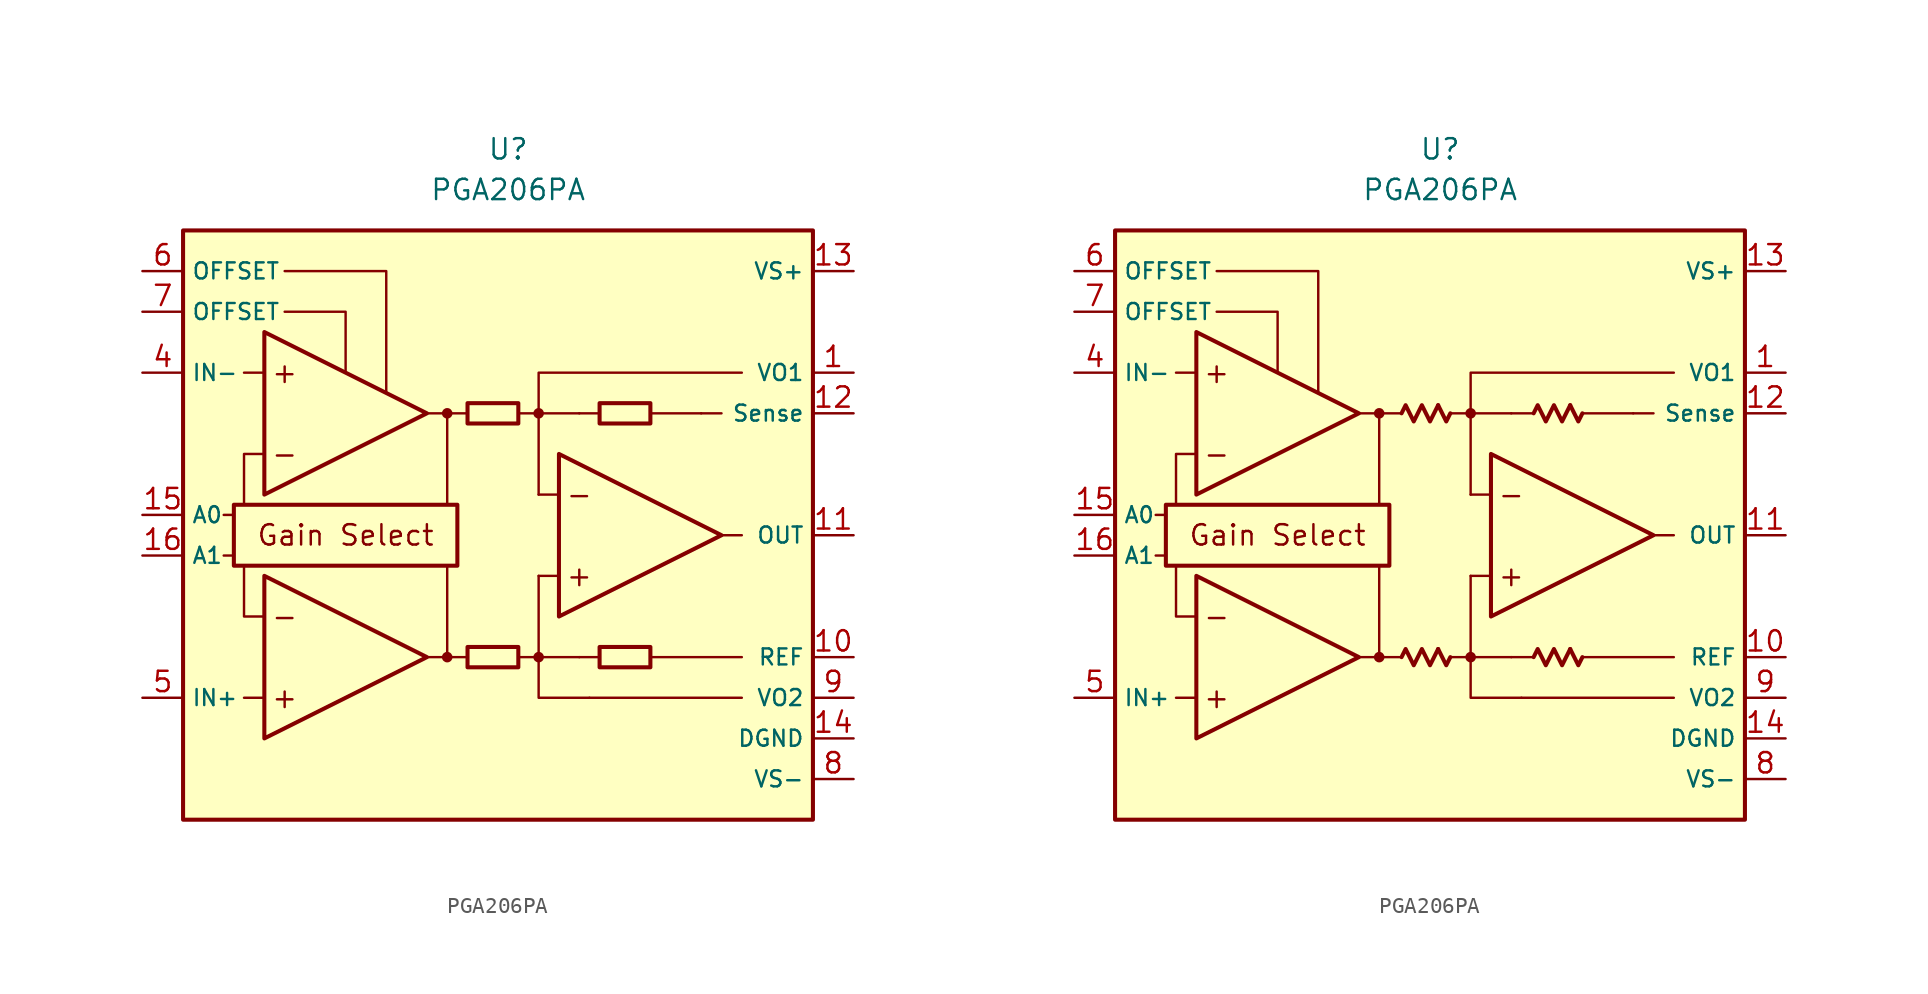
<source format=kicad_sym>
(kicad_symbol_lib
  (version 20231120)
  (generator "kicad_symbol_editor")
  (generator_version "8.0")
  (symbol "PGA206PA"
    (property "Reference" "U"
      (at 0 22.86 0)
      (effects (font (size 1.27 1.27))))
    (property "Value" "PGA206PA"
      (at 0 20.32 0)
      (effects (font (size 1.27 1.27))))
    (symbol "PGA206PA_0_0"
      (rectangle (start -20.32 17.78) (end 19.05 -19.05) (stroke (width 0.254) (type default)) (fill (type background)))
      (rectangle (start -17.145 0.635) (end -3.175 -3.175) (stroke (width 0.254) (type default)) (fill (type none)))
      (circle (center -3.81 -8.89) (radius 0.254) (stroke (width 0.152) (type default)) (fill (type outline)))
      (circle (center -3.81 6.35) (radius 0.254) (stroke (width 0.152) (type default)) (fill (type outline)))
      (polyline (pts (xy -1.27 -8.89)) (stroke (width 0.152) (type default)) (fill (type none)))
      (polyline (pts (xy -1.27 6.35)) (stroke (width 0.152) (type default)) (fill (type none)))
      (polyline (pts (xy 5.715 6.35)) (stroke (width 0.152) (type default)) (fill (type none)))
      (polyline (pts (xy -17.145 -2.54) (xy -17.78 -2.54)) (stroke (width 0.152) (type default)) (fill (type none)))
      (polyline (pts (xy -17.145 0) (xy -17.78 0)) (stroke (width 0.152) (type default)) (fill (type none)))
      (polyline (pts (xy -15.24 -11.43) (xy -16.51 -11.43)) (stroke (width 0.152) (type default)) (fill (type none)))
      (polyline (pts (xy -15.24 8.89) (xy -16.51 8.89)) (stroke (width 0.152) (type default)) (fill (type none)))
      (polyline (pts (xy -5.08 -8.89) (xy -2.54 -8.89)) (stroke (width 0.152) (type default)) (fill (type none)))
      (polyline (pts (xy -5.08 6.35) (xy -2.54 6.35)) (stroke (width 0.152) (type default)) (fill (type none)))
      (polyline (pts (xy -3.81 -8.89) (xy -3.81 -3.175)) (stroke (width 0.152) (type default)) (fill (type none)))
      (polyline (pts (xy -3.81 0.635) (xy -3.81 6.35)) (stroke (width 0.152) (type default)) (fill (type none)))
      (polyline (pts (xy 0.635 -8.89) (xy 1.905 -8.89)) (stroke (width 0.152) (type default)) (fill (type none)))
      (polyline (pts (xy 0.635 6.35) (xy 1.905 6.35)) (stroke (width 0.152) (type default)) (fill (type none)))
      (polyline (pts (xy 3.175 -3.81) (xy 1.905 -3.81)) (stroke (width 0.152) (type default)) (fill (type none)))
      (polyline (pts (xy 3.175 1.27) (xy 1.905 1.27)) (stroke (width 0.152) (type default)) (fill (type none)))
      (polyline (pts (xy 4.445 -8.89) (xy 1.905 -8.89)) (stroke (width 0.152) (type default)) (fill (type none)))
      (polyline (pts (xy 4.445 -8.89) (xy 5.715 -8.89)) (stroke (width 0.152) (type default)) (fill (type none)))
      (polyline (pts (xy 4.445 6.35) (xy 1.905 6.35)) (stroke (width 0.152) (type default)) (fill (type none)))
      (polyline (pts (xy 4.445 6.35) (xy 5.715 6.35)) (stroke (width 0.152) (type default)) (fill (type none)))
      (polyline (pts (xy 8.89 -8.89) (xy 14.605 -8.89)) (stroke (width 0.152) (type default)) (fill (type none)))
      (polyline (pts (xy 8.89 6.35) (xy 12.065 6.35)) (stroke (width 0.152) (type default)) (fill (type none)))
      (polyline (pts (xy 12.065 6.35) (xy 13.335 6.35)) (stroke (width 0.152) (type default)) (fill (type none)))
      (polyline (pts (xy 13.335 -1.27) (xy 14.605 -1.27)) (stroke (width 0.152) (type default)) (fill (type none)))
      (polyline (pts (xy 14.605 -11.43) (xy 5.08 -11.43)) (stroke (width 0.152) (type default)) (fill (type none)))
      (polyline (pts (xy -16.51 -3.175) (xy -16.51 -6.35) (xy -15.24 -6.35)) (stroke (width 0.152) (type default)) (fill (type none)))
      (polyline (pts (xy -15.24 3.81) (xy -16.51 3.81) (xy -16.51 0.635)) (stroke (width 0.152) (type default)) (fill (type none)))
      (polyline (pts (xy -13.97 12.7) (xy -10.16 12.7) (xy -10.16 8.89)) (stroke (width 0.152) (type default)) (fill (type none)))
      (polyline (pts (xy -7.62 7.62) (xy -7.62 15.24) (xy -13.97 15.24)) (stroke (width 0.152) (type default)) (fill (type none)))
      (polyline (pts (xy 1.905 -3.81) (xy 1.905 -11.43) (xy 5.08 -11.43)) (stroke (width 0.152) (type default)) (fill (type none)))
      (polyline (pts (xy 14.605 8.89) (xy 1.905 8.89) (xy 1.905 1.27)) (stroke (width 0.152) (type default)) (fill (type none)))
      (circle (center 1.905 -8.89) (radius 0.254) (stroke (width 0.152) (type default)) (fill (type outline)))
      (circle (center 1.905 6.35) (radius 0.254) (stroke (width 0.152) (type default)) (fill (type outline)))
      (text "+" (at -13.97 -11.43 0) (effects (font (size 1.27 1.27))))
      (text "+" (at -13.97 8.89 0) (effects (font (size 1.27 1.27))))
      (text "+" (at 4.445 -3.81 0) (effects (font (size 1.27 1.27))))
      (text "-" (at -13.97 -6.35 0) (effects (font (size 1.27 1.27))))
      (text "-" (at -13.97 3.81 0) (effects (font (size 1.27 1.27))))
      (text "-" (at 4.445 1.27 0) (effects (font (size 1.27 1.27))))
      (text "Gain Select" (at -10.16 -1.27 0) (effects (font (size 1.27 1.27)))))
    (symbol "PGA206PA_0_1"
      (rectangle (start -2.54 -8.255) (end 0.635 -9.525) (stroke (width 0.254) (type default)) (fill (type none)))
      (rectangle (start -2.54 6.985) (end 0.635 5.715) (stroke (width 0.254) (type default)) (fill (type none)))
      (rectangle (start 5.715 -8.255) (end 8.89 -9.525) (stroke (width 0.254) (type default)) (fill (type none)))
      (rectangle (start 5.715 6.985) (end 8.89 5.715) (stroke (width 0.254) (type default)) (fill (type none))))
    (symbol "PGA206PA_0_2"
      (polyline (pts (xy -0.127 -8.382) (xy 0.381 -9.398) (xy 0.635 -8.89)) (stroke (width 0.254) (type default)) (fill (type none)))
      (polyline (pts (xy -0.127 6.858) (xy 0.381 5.842) (xy 0.635 6.35)) (stroke (width 0.254) (type default)) (fill (type none)))
      (polyline (pts (xy 8.128 -8.382) (xy 8.636 -9.398) (xy 8.89 -8.89)) (stroke (width 0.254) (type default)) (fill (type none)))
      (polyline (pts (xy 8.128 6.858) (xy 8.636 5.842) (xy 8.89 6.35)) (stroke (width 0.254) (type default)) (fill (type none)))
      (polyline (pts (xy -2.413 -8.89) (xy -2.159 -8.382) (xy -1.651 -9.398) (xy -1.143 -8.382) (xy -0.635 -9.398) (xy -0.127 -8.382)) (stroke (width 0.254) (type default)) (fill (type none)))
      (polyline (pts (xy -2.413 6.35) (xy -2.159 6.858) (xy -1.651 5.842) (xy -1.143 6.858) (xy -0.635 5.842) (xy -0.127 6.858)) (stroke (width 0.254) (type default)) (fill (type none)))
      (polyline (pts (xy 5.842 -8.89) (xy 6.096 -8.382) (xy 6.604 -9.398) (xy 7.112 -8.382) (xy 7.62 -9.398) (xy 8.128 -8.382)) (stroke (width 0.254) (type default)) (fill (type none)))
      (polyline (pts (xy 5.842 6.35) (xy 6.096 6.858) (xy 6.604 5.842) (xy 7.112 6.858) (xy 7.62 5.842) (xy 8.128 6.858)) (stroke (width 0.254) (type default)) (fill (type none))))
    (symbol "PGA206PA_1_0"
      (polyline (pts (xy -15.24 -3.81) (xy -15.24 -13.97) (xy -5.08 -8.89) (xy -15.24 -3.81)) (stroke (width 0.254) (type default)) (fill (type background)))
      (polyline (pts (xy -15.24 11.43) (xy -15.24 1.27) (xy -5.08 6.35) (xy -15.24 11.43)) (stroke (width 0.254) (type default)) (fill (type background)))
      (polyline (pts (xy 3.175 3.81) (xy 3.175 -6.35) (xy 13.335 -1.27) (xy 3.175 3.81)) (stroke (width 0.254) (type default)) (fill (type background))))
    (symbol "PGA206PA_1_1"
      (pin passive line (at 21.59 8.89 180) (length 2.54) (name "VO1" (effects (font (size 1 1)))) (number "1" (effects (font (size 1.27 1.27)))))
      (pin passive line (at 21.59 -8.89 180) (length 2.54) (name "REF" (effects (font (size 1 1)))) (number "10" (effects (font (size 1.27 1.27)))))
      (pin output line (at 21.59 -1.27 180) (length 2.54) (name "OUT" (effects (font (size 1 1)))) (number "11" (effects (font (size 1.27 1.27)))))
      (pin passive line (at 21.59 6.35 180) (length 2.54) (name "Sense" (effects (font (size 1 1)))) (number "12" (effects (font (size 1.27 1.27)))))
      (pin power_in line (at 21.59 15.24 180) (length 2.54) (name "VS+" (effects (font (size 1 1)))) (number "13" (effects (font (size 1.27 1.27)))))
      (pin power_in line (at 21.59 -13.97 180) (length 2.54) (name "DGND" (effects (font (size 1 1)))) (number "14" (effects (font (size 1.27 1.27)))))
      (pin input line (at -22.86 0 0) (length 2.54) (name "A0" (effects (font (size 1 1)))) (number "15" (effects (font (size 1.27 1.27)))))
      (pin input line (at -22.86 -2.54 0) (length 2.54) (name "A1" (effects (font (size 1 1)))) (number "16" (effects (font (size 1.27 1.27)))))
      (pin free line (at -1.27 -12.7 0) (length 2.54) hide (name "NC" (effects (font (size 1.27 1.27)))) (number "2" (effects (font (size 1.27 1.27)))))
      (pin free line (at -1.27 -15.24 0) (length 2.54) hide (name "NC" (effects (font (size 1.27 1.27)))) (number "3" (effects (font (size 1.27 1.27)))))
      (pin input line (at -22.86 8.89 0) (length 2.54) (name "IN-" (effects (font (size 1 1)))) (number "4" (effects (font (size 1.27 1.27)))))
      (pin input line (at -22.86 -11.43 0) (length 2.54) (name "IN+" (effects (font (size 1 1)))) (number "5" (effects (font (size 1.27 1.27)))))
      (pin passive line (at -22.86 15.24 0) (length 2.54) (name "OFFSET" (effects (font (size 1 1)))) (number "6" (effects (font (size 1.27 1.27)))))
      (pin passive line (at -22.86 12.7 0) (length 2.54) (name "OFFSET" (effects (font (size 1 1)))) (number "7" (effects (font (size 1.27 1.27)))))
      (pin power_in line (at 21.59 -16.51 180) (length 2.54) (name "VS-" (effects (font (size 1 1)))) (number "8" (effects (font (size 1.27 1.27)))))
      (pin passive line (at 21.59 -11.43 180) (length 2.54) (name "VO2" (effects (font (size 1 1)))) (number "9" (effects (font (size 1.27 1.27))))))
    (symbol "PGA206PA_1_2"
      (pin passive line (at 21.59 8.89 180) (length 2.54) (name "VO1" (effects (font (size 1 1)))) (number "1" (effects (font (size 1.27 1.27)))))
      (pin passive line (at 21.59 -8.89 180) (length 2.54) (name "REF" (effects (font (size 1 1)))) (number "10" (effects (font (size 1.27 1.27)))))
      (pin output line (at 21.59 -1.27 180) (length 2.54) (name "OUT" (effects (font (size 1 1)))) (number "11" (effects (font (size 1.27 1.27)))))
      (pin passive line (at 21.59 6.35 180) (length 2.54) (name "Sense" (effects (font (size 1 1)))) (number "12" (effects (font (size 1.27 1.27)))))
      (pin power_in line (at 21.59 15.24 180) (length 2.54) (name "VS+" (effects (font (size 1 1)))) (number "13" (effects (font (size 1.27 1.27)))))
      (pin power_in line (at 21.59 -13.97 180) (length 2.54) (name "DGND" (effects (font (size 1 1)))) (number "14" (effects (font (size 1.27 1.27)))))
      (pin input line (at -22.86 0 0) (length 2.54) (name "A0" (effects (font (size 1 1)))) (number "15" (effects (font (size 1.27 1.27)))))
      (pin input line (at -22.86 -2.54 0) (length 2.54) (name "A1" (effects (font (size 1 1)))) (number "16" (effects (font (size 1.27 1.27)))))
      (pin free line (at -1.27 -12.7 0) (length 2.54) hide (name "NC" (effects (font (size 1.27 1.27)))) (number "2" (effects (font (size 1.27 1.27)))))
      (pin free line (at -1.27 -15.24 0) (length 2.54) hide (name "NC" (effects (font (size 1.27 1.27)))) (number "3" (effects (font (size 1.27 1.27)))))
      (pin input line (at -22.86 8.89 0) (length 2.54) (name "IN-" (effects (font (size 1 1)))) (number "4" (effects (font (size 1.27 1.27)))))
      (pin input line (at -22.86 -11.43 0) (length 2.54) (name "IN+" (effects (font (size 1 1)))) (number "5" (effects (font (size 1.27 1.27)))))
      (pin passive line (at -22.86 15.24 0) (length 2.54) (name "OFFSET" (effects (font (size 1 1)))) (number "6" (effects (font (size 1.27 1.27)))))
      (pin passive line (at -22.86 12.7 0) (length 2.54) (name "OFFSET" (effects (font (size 1 1)))) (number "7" (effects (font (size 1.27 1.27)))))
      (pin power_in line (at 21.59 -16.51 180) (length 2.54) (name "VS-" (effects (font (size 1 1)))) (number "8" (effects (font (size 1.27 1.27)))))
      (pin passive line (at 21.59 -11.43 180) (length 2.54) (name "VO2" (effects (font (size 1 1)))) (number "9" (effects (font (size 1.27 1.27))))))))
</source>
